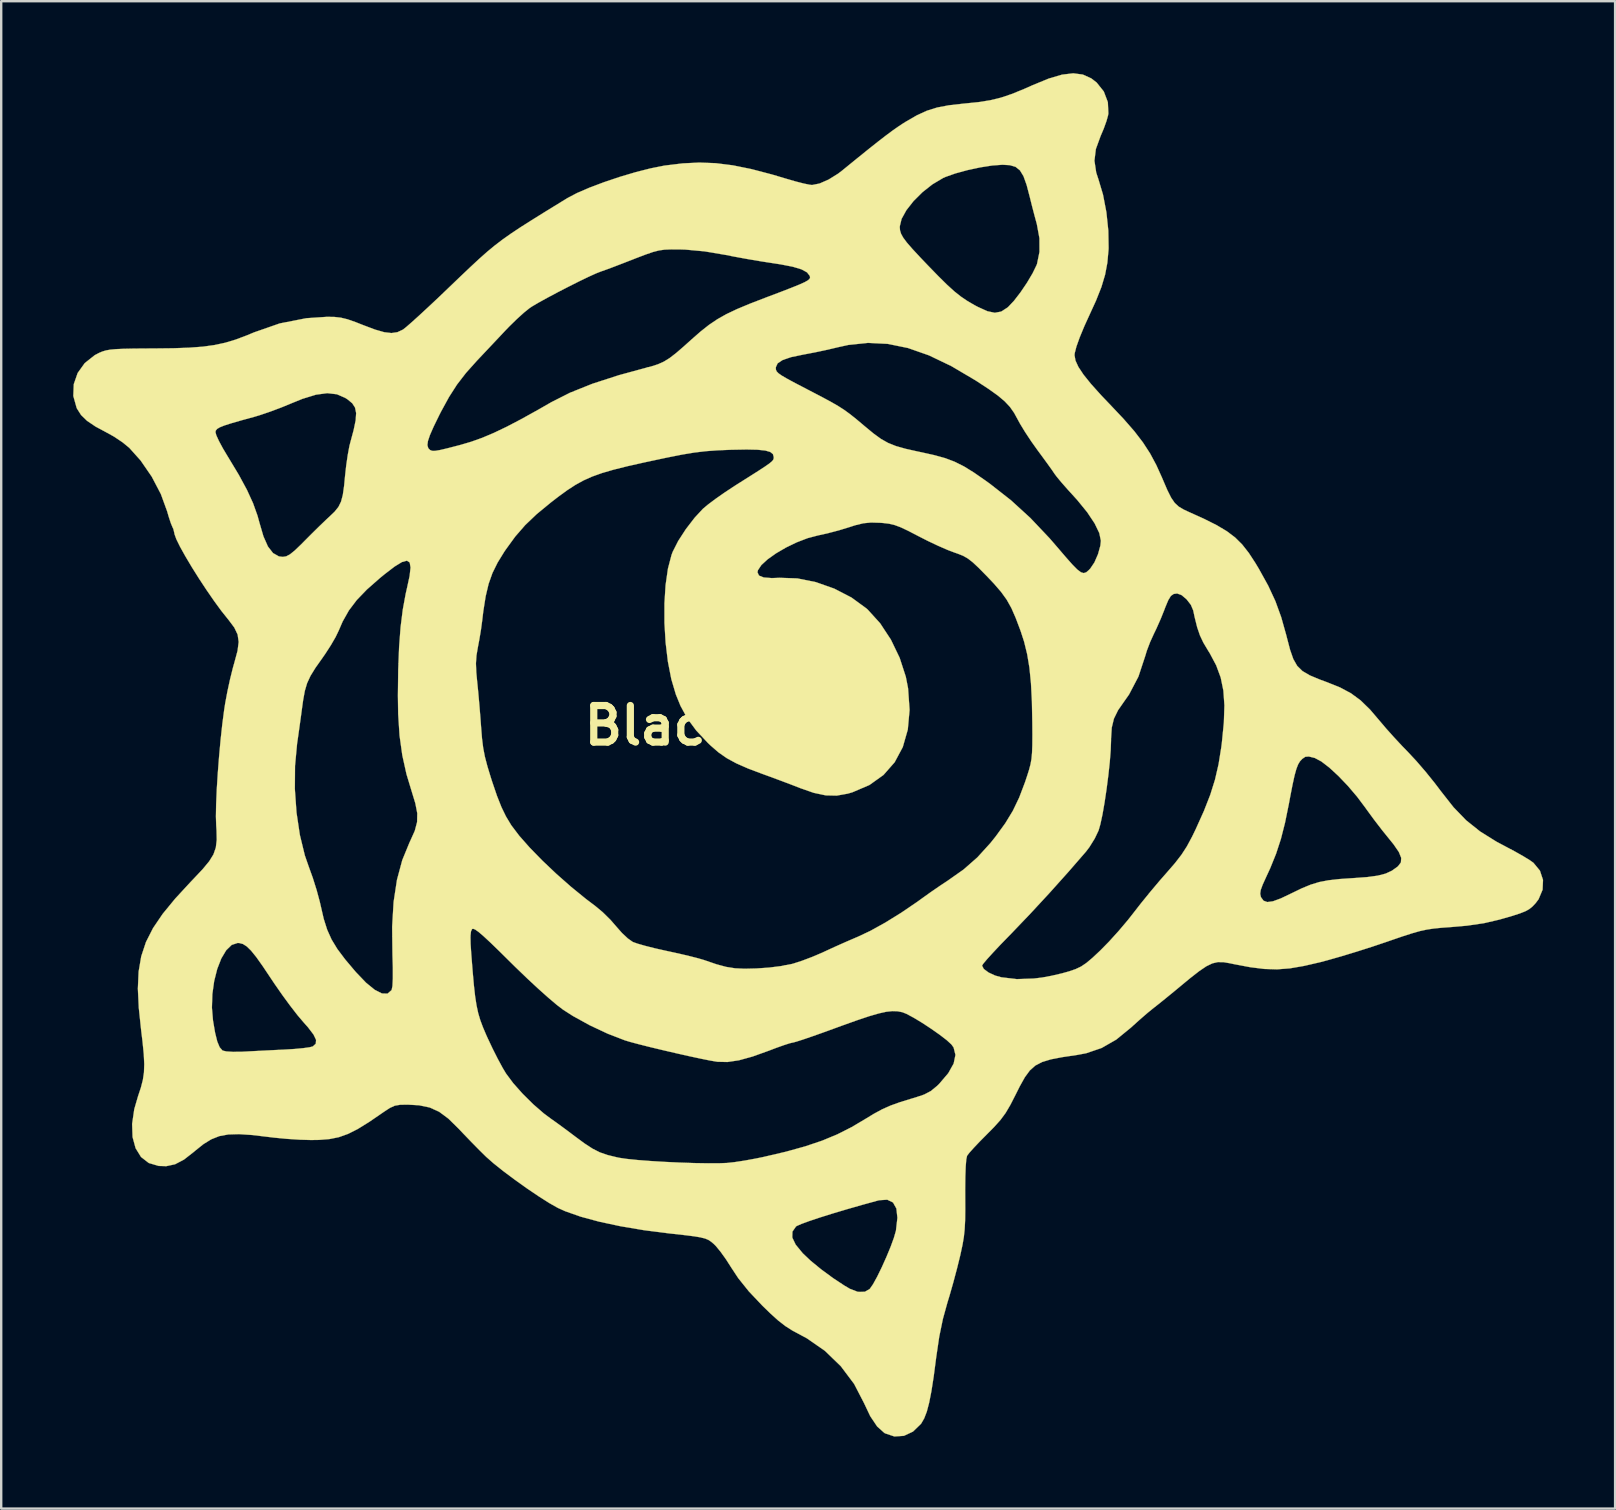
<source format=kicad_pcb>
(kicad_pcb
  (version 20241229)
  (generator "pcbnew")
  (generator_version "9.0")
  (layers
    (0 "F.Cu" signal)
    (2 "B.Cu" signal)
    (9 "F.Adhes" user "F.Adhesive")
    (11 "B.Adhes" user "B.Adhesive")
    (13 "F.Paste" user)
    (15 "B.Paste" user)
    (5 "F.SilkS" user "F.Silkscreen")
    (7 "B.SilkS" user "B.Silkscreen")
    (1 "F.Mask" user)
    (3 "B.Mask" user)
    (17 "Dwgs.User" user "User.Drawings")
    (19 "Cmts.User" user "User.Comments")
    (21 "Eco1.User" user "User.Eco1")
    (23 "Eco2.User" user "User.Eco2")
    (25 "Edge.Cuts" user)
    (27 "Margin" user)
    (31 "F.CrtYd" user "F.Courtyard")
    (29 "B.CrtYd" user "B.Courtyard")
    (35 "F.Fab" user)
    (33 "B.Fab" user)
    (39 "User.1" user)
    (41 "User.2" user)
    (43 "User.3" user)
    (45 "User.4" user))
  (footprint "Black_Rose"
    (layer "F.Cu")
    (at 27.751 27.182)
    (property "Reference" "Black_Rose" (at 0 0 0) (layer "F.SilkS") (effects (font (size 1.524 1.524) (thickness 0.3))))
    (attr through_hole)
    (fp_poly (pts (xy 14.318 -27.125) (xy 14.668 -26.967) (xy 14.895 -26.792) (xy 15.193 -26.418) (xy 15.361 -25.974) (xy 15.382 -25.506) (xy 15.37 -25.428) (xy 15.303 -25.186) (xy 15.187 -24.865) (xy 15.056 -24.557) (xy 14.861 -24.023) (xy 14.802 -23.535) (xy 14.876 -23.04) (xy 14.969 -22.757) (xy 15.159 -22.122) (xy 15.3 -21.388) (xy 15.38 -20.624) (xy 15.392 -19.896) (xy 15.388 -19.819) (xy 15.34 -19.285) (xy 15.246 -18.786) (xy 15.093 -18.275) (xy 14.868 -17.707) (xy 14.63 -17.187) (xy 14.386 -16.653) (xy 14.19 -16.18) (xy 14.051 -15.792) (xy 13.98 -15.516) (xy 13.972 -15.433) (xy 14.012 -15.208) (xy 14.133 -14.943) (xy 14.346 -14.622) (xy 14.66 -14.232) (xy 15.087 -13.757) (xy 15.47 -13.356) (xy 16.021 -12.772) (xy 16.465 -12.263) (xy 16.823 -11.796) (xy 17.121 -11.337) (xy 17.38 -10.854) (xy 17.624 -10.314) (xy 17.652 -10.247) (xy 17.841 -9.807) (xy 17.998 -9.494) (xy 18.148 -9.276) (xy 18.316 -9.121) (xy 18.528 -8.996) (xy 18.697 -8.917) (xy 19.36 -8.618) (xy 19.891 -8.352) (xy 20.316 -8.099) (xy 20.663 -7.837) (xy 20.96 -7.542) (xy 21.233 -7.194) (xy 21.509 -6.771) (xy 21.653 -6.531) (xy 22.041 -5.83) (xy 22.342 -5.182) (xy 22.584 -4.516) (xy 22.796 -3.762) (xy 22.819 -3.67) (xy 22.955 -3.152) (xy 23.089 -2.768) (xy 23.251 -2.485) (xy 23.47 -2.27) (xy 23.775 -2.091) (xy 24.196 -1.915) (xy 24.485 -1.809) (xy 25.037 -1.587) (xy 25.493 -1.343) (xy 25.895 -1.046) (xy 26.288 -0.663) (xy 26.709 -0.169) (xy 26.96 0.127) (xy 27.284 0.488) (xy 27.632 0.862) (xy 27.864 1.101) (xy 28.211 1.473) (xy 28.6 1.924) (xy 28.977 2.391) (xy 29.236 2.732) (xy 29.762 3.402) (xy 30.292 3.95) (xy 30.874 4.415) (xy 31.554 4.839) (xy 31.934 5.041) (xy 32.316 5.244) (xy 32.667 5.442) (xy 32.943 5.612) (xy 33.093 5.718) (xy 33.365 6.047) (xy 33.493 6.433) (xy 33.475 6.841) (xy 33.309 7.236) (xy 33.186 7.4) (xy 33.057 7.537) (xy 32.924 7.645) (xy 32.756 7.739) (xy 32.522 7.831) (xy 32.191 7.937) (xy 31.73 8.07) (xy 31.665 8.088) (xy 31.034 8.235) (xy 30.323 8.339) (xy 29.694 8.394) (xy 29.282 8.424) (xy 28.948 8.457) (xy 28.654 8.501) (xy 28.362 8.564) (xy 28.035 8.657) (xy 27.634 8.786) (xy 27.121 8.962) (xy 26.966 9.016) (xy 26.374 9.215) (xy 25.734 9.419) (xy 25.102 9.611) (xy 24.534 9.773) (xy 24.208 9.86) (xy 23.528 10.017) (xy 22.946 10.117) (xy 22.412 10.158) (xy 21.878 10.142) (xy 21.294 10.069) (xy 20.61 9.94) (xy 20.445 9.905) (xy 20.177 9.859) (xy 19.944 9.856) (xy 19.716 9.909) (xy 19.467 10.029) (xy 19.168 10.231) (xy 18.791 10.525) (xy 18.479 10.783) (xy 18.122 11.079) (xy 17.772 11.365) (xy 17.471 11.608) (xy 17.271 11.765) (xy 17.028 11.962) (xy 16.72 12.228) (xy 16.402 12.513) (xy 16.319 12.589) (xy 15.71 13.086) (xy 15.101 13.435) (xy 14.458 13.654) (xy 14.076 13.726) (xy 13.461 13.817) (xy 12.985 13.909) (xy 12.621 14.02) (xy 12.338 14.168) (xy 12.108 14.373) (xy 11.903 14.653) (xy 11.694 15.026) (xy 11.515 15.383) (xy 11.295 15.813) (xy 11.099 16.145) (xy 10.886 16.434) (xy 10.617 16.733) (xy 10.324 17.029) (xy 10.029 17.327) (xy 9.775 17.595) (xy 9.587 17.805) (xy 9.495 17.926) (xy 9.462 18.075) (xy 9.438 18.373) (xy 9.422 18.799) (xy 9.416 19.334) (xy 9.417 19.608) (xy 9.419 20.183) (xy 9.413 20.63) (xy 9.394 20.992) (xy 9.36 21.311) (xy 9.306 21.63) (xy 9.229 21.99) (xy 9.205 22.098) (xy 9.078 22.613) (xy 8.922 23.199) (xy 8.761 23.765) (xy 8.675 24.045) (xy 8.487 24.726) (xy 8.335 25.464) (xy 8.21 26.312) (xy 8.202 26.374) (xy 8.103 27.131) (xy 8.008 27.74) (xy 7.914 28.218) (xy 7.817 28.587) (xy 7.71 28.865) (xy 7.591 29.072) (xy 7.571 29.1) (xy 7.241 29.419) (xy 6.863 29.596) (xy 6.466 29.622) (xy 6.078 29.492) (xy 6.045 29.472) (xy 5.748 29.206) (xy 5.461 28.779) (xy 5.203 28.234) (xy 4.788 27.432) (xy 4.234 26.695) (xy 3.568 26.052) (xy 2.817 25.531) (xy 2.576 25.402) (xy 2.224 25.214) (xy 1.921 25.021) (xy 1.624 24.79) (xy 1.292 24.49) (xy 0.967 24.174) (xy 0.403 23.578) (xy -0.039 23.027) (xy -0.325 22.593) (xy -0.547 22.246) (xy -0.775 21.927) (xy -0.976 21.683) (xy -1.056 21.604) (xy -1.17 21.507) (xy -1.282 21.433) (xy -1.416 21.376) (xy -1.583 21.333) (xy 2.211 21.333) (xy 2.352 21.628) (xy 2.642 21.982) (xy 2.646 21.987) (xy 2.983 22.306) (xy 3.42 22.663) (xy 3.905 23.02) (xy 4.387 23.338) (xy 4.611 23.47) (xy 4.942 23.597) (xy 5.233 23.595) (xy 5.441 23.474) (xy 5.577 23.278) (xy 5.75 22.964) (xy 5.941 22.573) (xy 6.133 22.145) (xy 6.308 21.723) (xy 6.445 21.348) (xy 6.528 21.061) (xy 6.533 21.033) (xy 6.592 20.512) (xy 6.55 20.125) (xy 6.409 19.873) (xy 6.169 19.757) (xy 5.831 19.779) (xy 5.783 19.791) (xy 5.117 19.974) (xy 4.475 20.158) (xy 3.88 20.336) (xy 3.354 20.501) (xy 2.917 20.647) (xy 2.592 20.766) (xy 2.401 20.851) (xy 2.367 20.873) (xy 2.218 21.086) (xy 2.211 21.333) (xy -1.583 21.333) (xy -1.602 21.328) (xy -1.865 21.284) (xy -2.234 21.237) (xy -2.736 21.181) (xy -2.921 21.161) (xy -3.969 21.027) (xy -4.947 20.862) (xy -5.835 20.672) (xy -6.611 20.462) (xy -7.252 20.236) (xy -7.561 20.096) (xy -7.913 19.897) (xy -8.354 19.617) (xy -8.847 19.284) (xy -9.351 18.924) (xy -9.828 18.567) (xy -10.239 18.239) (xy -10.541 17.973) (xy -10.826 17.692) (xy -11.171 17.341) (xy -11.521 16.978) (xy -11.693 16.796) (xy -12.115 16.381) (xy -12.501 16.094) (xy -12.895 15.915) (xy -13.341 15.822) (xy -13.811 15.796) (xy -14.125 15.801) (xy -14.35 15.839) (xy -14.557 15.933) (xy -14.819 16.105) (xy -14.853 16.129) (xy -15.418 16.516) (xy -15.888 16.807) (xy -16.297 17.014) (xy -16.68 17.151) (xy -17.071 17.23) (xy -17.504 17.265) (xy -17.841 17.27) (xy -18.303 17.257) (xy -18.844 17.222) (xy -19.376 17.171) (xy -19.6 17.144) (xy -20.286 17.062) (xy -20.838 17.025) (xy -21.286 17.038) (xy -21.663 17.107) (xy -21.998 17.24) (xy -22.324 17.441) (xy -22.67 17.718) (xy -22.722 17.763) (xy -23.137 18.087) (xy -23.506 18.28) (xy -23.871 18.359) (xy -24.188 18.35) (xy -24.602 18.228) (xy -24.925 17.977) (xy -25.151 17.611) (xy -25.277 17.147) (xy -25.296 16.598) (xy -25.206 15.982) (xy -25.049 15.444) (xy -24.93 15.085) (xy -24.848 14.766) (xy -24.802 14.453) (xy -24.79 14.108) (xy -24.81 13.695) (xy -24.861 13.179) (xy -24.919 12.7) (xy -25.017 11.769) (xy -25.018 11.756) (xy -21.971 11.756) (xy -21.927 12.281) (xy -21.839 12.798) (xy -21.748 13.166) (xy -21.648 13.405) (xy -21.533 13.536) (xy -21.52 13.544) (xy -21.372 13.579) (xy -21.104 13.596) (xy -20.765 13.594) (xy -20.659 13.589) (xy -20.264 13.568) (xy -19.772 13.543) (xy -19.257 13.517) (xy -18.931 13.502) (xy -18.521 13.476) (xy -18.163 13.442) (xy -17.897 13.405) (xy -17.766 13.37) (xy -17.643 13.257) (xy -17.631 13.098) (xy -17.737 12.876) (xy -17.966 12.575) (xy -18.161 12.355) (xy -18.403 12.07) (xy -18.703 11.683) (xy -19.031 11.236) (xy -19.355 10.771) (xy -19.505 10.547) (xy -19.847 10.035) (xy -20.119 9.651) (xy -20.338 9.38) (xy -20.519 9.203) (xy -20.679 9.102) (xy -20.833 9.062) (xy -20.898 9.059) (xy -21.146 9.14) (xy -21.376 9.364) (xy -21.58 9.706) (xy -21.75 10.142) (xy -21.877 10.646) (xy -21.953 11.192) (xy -21.971 11.756) (xy -25.018 11.756) (xy -25.056 10.963) (xy -25.025 10.255) (xy -24.916 9.616) (xy -24.719 9.021) (xy -24.424 8.44) (xy -24.022 7.847) (xy -23.503 7.215) (xy -22.858 6.516) (xy -22.735 6.387) (xy -22.355 5.984) (xy -22.085 5.658) (xy -21.908 5.372) (xy -21.808 5.087) (xy -21.77 4.767) (xy -21.778 4.375) (xy -21.792 4.166) (xy -21.804 3.79) (xy -21.795 3.281) (xy -21.769 2.673) (xy -21.768 2.65) (xy -18.515 2.65) (xy -18.446 3.627) (xy -18.306 4.562) (xy -18.099 5.412) (xy -17.935 5.884) (xy -17.768 6.346) (xy -17.607 6.858) (xy -17.478 7.337) (xy -17.438 7.51) (xy -17.313 8.052) (xy -17.169 8.506) (xy -16.986 8.914) (xy -16.743 9.314) (xy -16.418 9.746) (xy -15.991 10.252) (xy -15.966 10.28) (xy -15.548 10.717) (xy -15.186 11.012) (xy -14.885 11.164) (xy -14.652 11.17) (xy -14.489 11.027) (xy -14.482 11.014) (xy -14.448 10.854) (xy -14.432 10.538) (xy -14.432 10.082) (xy -14.448 9.554) (xy -14.457 8.784) (xy -11.198 8.784) (xy -11.192 9.102) (xy -11.164 9.525) (xy -11.107 10.242) (xy -11.056 10.818) (xy -11.004 11.281) (xy -10.945 11.66) (xy -10.876 11.981) (xy -10.789 12.275) (xy -10.68 12.567) (xy -10.544 12.887) (xy -10.481 13.026) (xy -10.277 13.459) (xy -10.059 13.891) (xy -9.854 14.269) (xy -9.715 14.501) (xy -9.417 14.901) (xy -9.023 15.344) (xy -8.581 15.782) (xy -8.139 16.165) (xy -7.874 16.363) (xy -7.628 16.537) (xy -7.305 16.773) (xy -6.965 17.027) (xy -6.858 17.108) (xy -6.443 17.414) (xy -6.108 17.632) (xy -5.805 17.785) (xy -5.485 17.896) (xy -5.102 17.989) (xy -5.011 18.009) (xy -4.698 18.056) (xy -4.253 18.102) (xy -3.711 18.144) (xy -3.108 18.181) (xy -2.48 18.21) (xy -1.865 18.231) (xy -1.297 18.24) (xy -0.814 18.238) (xy -0.508 18.226) (xy -0.19 18.191) (xy 0.229 18.127) (xy 0.688 18.043) (xy 0.996 17.98) (xy 1.941 17.759) (xy 2.749 17.535) (xy 3.454 17.298) (xy 4.089 17.034) (xy 4.685 16.732) (xy 5.207 16.423) (xy 5.609 16.179) (xy 5.956 15.991) (xy 6.301 15.837) (xy 6.695 15.695) (xy 7.189 15.543) (xy 7.336 15.5) (xy 7.708 15.375) (xy 7.984 15.23) (xy 8.238 15.022) (xy 8.339 14.923) (xy 8.711 14.486) (xy 8.936 14.084) (xy 9.011 13.723) (xy 8.934 13.414) (xy 8.844 13.289) (xy 8.649 13.11) (xy 8.355 12.884) (xy 8.001 12.635) (xy 7.628 12.39) (xy 7.274 12.176) (xy 6.979 12.017) (xy 6.803 11.946) (xy 6.603 11.906) (xy 6.386 11.898) (xy 6.131 11.925) (xy 5.816 11.995) (xy 5.418 12.11) (xy 4.916 12.278) (xy 4.288 12.502) (xy 3.991 12.611) (xy 3.493 12.792) (xy 3.044 12.951) (xy 2.67 13.079) (xy 2.396 13.167) (xy 2.25 13.207) (xy 2.238 13.208) (xy 2.107 13.238) (xy 1.859 13.318) (xy 1.53 13.435) (xy 1.242 13.545) (xy 0.557 13.791) (xy -0.012 13.948) (xy -0.491 14.019) (xy -0.903 14.01) (xy -0.931 14.006) (xy -1.209 13.959) (xy -1.611 13.878) (xy -2.1 13.773) (xy -2.64 13.651) (xy -3.193 13.522) (xy -3.722 13.395) (xy -4.189 13.277) (xy -4.559 13.178) (xy -4.764 13.116) (xy -5.481 12.839) (xy -6.228 12.488) (xy -6.93 12.101) (xy -7.34 11.838) (xy -7.599 11.64) (xy -7.951 11.342) (xy -8.371 10.967) (xy -8.833 10.538) (xy -9.313 10.076) (xy -9.513 9.879) (xy -9.994 9.403) (xy -10.371 9.038) (xy -10.657 8.773) (xy -10.863 8.597) (xy -11.004 8.498) (xy -11.091 8.466) (xy -11.133 8.482) (xy -11.178 8.585) (xy -11.198 8.784) (xy -14.457 8.784) (xy -14.461 8.383) (xy -14.4 7.348) (xy -14.26 6.428) (xy -14.039 5.606) (xy -13.734 4.864) (xy -13.705 4.804) (xy -13.517 4.384) (xy -13.421 4.019) (xy -13.414 3.655) (xy -13.495 3.239) (xy -13.618 2.836) (xy -13.863 2.028) (xy -14.038 1.238) (xy -14.152 0.419) (xy -14.21 -0.478) (xy -14.221 -1.253) (xy -14.208 -2.337) (xy -14.198 -2.59) (xy -10.97 -2.59) (xy -10.955 -2.213) (xy -10.92 -1.845) (xy -10.876 -1.41) (xy -10.829 -0.881) (xy -10.784 -0.331) (xy -10.755 0.064) (xy -10.717 0.537) (xy -10.668 0.93) (xy -10.597 1.299) (xy -10.492 1.699) (xy -10.343 2.187) (xy -10.292 2.345) (xy -10.091 2.935) (xy -9.906 3.401) (xy -9.719 3.786) (xy -9.511 4.132) (xy -9.489 4.166) (xy -9.165 4.593) (xy -8.728 5.088) (xy -8.204 5.625) (xy -7.621 6.178) (xy -7.005 6.721) (xy -6.384 7.227) (xy -5.999 7.518) (xy -5.689 7.776) (xy -5.362 8.098) (xy -5.123 8.373) (xy -4.885 8.643) (xy -4.638 8.874) (xy -4.434 9.017) (xy -4.428 9.02) (xy -4.234 9.089) (xy -3.916 9.18) (xy -3.513 9.282) (xy -3.068 9.382) (xy -2.975 9.402) (xy -2.516 9.502) (xy -2.082 9.604) (xy -1.718 9.697) (xy -1.467 9.77) (xy -1.439 9.78) (xy -0.947 9.948) (xy -0.546 10.056) (xy -0.175 10.115) (xy 0.228 10.134) (xy 0.72 10.122) (xy 1.242 10.086) (xy 1.75 10.022) (xy 1.841 10.004) (xy 10.118 10.004) (xy 10.193 10.144) (xy 10.391 10.291) (xy 10.666 10.418) (xy 10.922 10.49) (xy 11.569 10.566) (xy 12.272 10.542) (xy 12.618 10.5) (xy 13.008 10.428) (xy 13.447 10.326) (xy 13.748 10.242) (xy 14.018 10.149) (xy 14.244 10.042) (xy 14.465 9.893) (xy 14.723 9.676) (xy 15.048 9.371) (xy 15.412 9) (xy 15.814 8.556) (xy 16.196 8.104) (xy 16.41 7.832) (xy 16.737 7.412) (xy 17.064 7.01) (xy 21.708 7.01) (xy 21.736 7.136) (xy 21.746 7.159) (xy 21.849 7.299) (xy 22.005 7.355) (xy 22.238 7.324) (xy 22.568 7.203) (xy 23.01 6.992) (xy 23.442 6.783) (xy 23.812 6.63) (xy 24.166 6.522) (xy 24.551 6.448) (xy 25.013 6.396) (xy 25.597 6.356) (xy 25.607 6.356) (xy 26.173 6.314) (xy 26.603 6.255) (xy 26.932 6.171) (xy 27.193 6.051) (xy 27.421 5.888) (xy 27.453 5.861) (xy 27.572 5.704) (xy 27.585 5.514) (xy 27.487 5.271) (xy 27.269 4.953) (xy 27.084 4.724) (xy 26.782 4.35) (xy 26.45 3.917) (xy 26.149 3.506) (xy 26.095 3.429) (xy 25.745 2.963) (xy 25.361 2.512) (xy 24.968 2.101) (xy 24.592 1.754) (xy 24.258 1.497) (xy 23.99 1.354) (xy 23.97 1.347) (xy 23.736 1.29) (xy 23.59 1.301) (xy 23.463 1.388) (xy 23.456 1.394) (xy 23.365 1.492) (xy 23.288 1.621) (xy 23.216 1.807) (xy 23.142 2.073) (xy 23.06 2.445) (xy 22.962 2.946) (xy 22.904 3.26) (xy 22.743 4.051) (xy 22.571 4.727) (xy 22.371 5.339) (xy 22.128 5.94) (xy 21.966 6.291) (xy 21.813 6.627) (xy 21.73 6.853) (xy 21.708 7.01) (xy 17.064 7.01) (xy 17.126 6.934) (xy 17.522 6.463) (xy 17.806 6.139) (xy 18.161 5.729) (xy 18.431 5.38) (xy 18.654 5.035) (xy 18.868 4.637) (xy 19.02 4.324) (xy 19.364 3.56) (xy 19.628 2.886) (xy 19.826 2.254) (xy 19.974 1.613) (xy 20.086 0.914) (xy 20.111 0.72) (xy 20.195 -0.125) (xy 20.218 -0.839) (xy 20.175 -1.455) (xy 20.063 -2.002) (xy 19.875 -2.51) (xy 19.609 -3.01) (xy 19.532 -3.134) (xy 19.341 -3.454) (xy 19.198 -3.757) (xy 19.083 -4.094) (xy 18.977 -4.519) (xy 18.918 -4.798) (xy 18.819 -5.031) (xy 18.642 -5.259) (xy 18.436 -5.434) (xy 18.249 -5.503) (xy 18.249 -5.503) (xy 18.102 -5.483) (xy 17.987 -5.401) (xy 17.88 -5.228) (xy 17.756 -4.933) (xy 17.708 -4.805) (xy 17.564 -4.446) (xy 17.388 -4.049) (xy 17.277 -3.819) (xy 17.122 -3.479) (xy 16.987 -3.124) (xy 16.922 -2.909) (xy 16.635 -2.04) (xy 16.244 -1.294) (xy 16.066 -1.041) (xy 15.787 -0.641) (xy 15.613 -0.286) (xy 15.523 0.088) (xy 15.494 0.547) (xy 15.494 0.626) (xy 15.479 1.029) (xy 15.44 1.526) (xy 15.38 2.081) (xy 15.306 2.656) (xy 15.223 3.211) (xy 15.136 3.71) (xy 15.049 4.113) (xy 14.974 4.373) (xy 14.814 4.708) (xy 14.594 5.063) (xy 14.448 5.255) (xy 13.721 6.092) (xy 12.927 6.978) (xy 12.117 7.853) (xy 11.346 8.659) (xy 11.222 8.786) (xy 10.873 9.145) (xy 10.57 9.468) (xy 10.33 9.732) (xy 10.173 9.918) (xy 10.118 10.004) (xy 1.841 10.004) (xy 2.172 9.94) (xy 2.244 9.922) (xy 2.607 9.805) (xy 3.039 9.642) (xy 3.462 9.462) (xy 3.556 9.418) (xy 3.979 9.223) (xy 4.444 9.016) (xy 4.863 8.835) (xy 4.931 8.807) (xy 5.466 8.555) (xy 6.085 8.212) (xy 6.749 7.801) (xy 7.417 7.347) (xy 7.619 7.201) (xy 7.971 6.949) (xy 8.356 6.684) (xy 8.678 6.471) (xy 9.35 5.998) (xy 9.926 5.492) (xy 10.467 4.897) (xy 10.686 4.623) (xy 11.085 4.074) (xy 11.402 3.553) (xy 11.666 3.003) (xy 11.909 2.363) (xy 11.991 2.117) (xy 12.076 1.85) (xy 12.137 1.621) (xy 12.178 1.395) (xy 12.202 1.137) (xy 12.214 0.812) (xy 12.217 0.385) (xy 12.213 -0.127) (xy 12.196 -1.017) (xy 12.157 -1.768) (xy 12.093 -2.411) (xy 11.999 -2.975) (xy 11.873 -3.49) (xy 11.725 -3.945) (xy 11.524 -4.478) (xy 11.342 -4.895) (xy 11.148 -5.242) (xy 10.914 -5.567) (xy 10.612 -5.916) (xy 10.313 -6.231) (xy 9.985 -6.565) (xy 9.735 -6.799) (xy 9.53 -6.959) (xy 9.333 -7.072) (xy 9.11 -7.161) (xy 8.987 -7.203) (xy 8.685 -7.317) (xy 8.289 -7.49) (xy 7.851 -7.697) (xy 7.457 -7.898) (xy 7.039 -8.115) (xy 6.725 -8.263) (xy 6.473 -8.356) (xy 6.241 -8.411) (xy 5.985 -8.441) (xy 5.868 -8.449) (xy 5.491 -8.46) (xy 5.174 -8.429) (xy 4.833 -8.346) (xy 4.591 -8.268) (xy 4.162 -8.137) (xy 3.681 -8.01) (xy 3.276 -7.921) (xy 2.848 -7.808) (xy 2.396 -7.634) (xy 1.949 -7.418) (xy 1.535 -7.176) (xy 1.183 -6.926) (xy 0.922 -6.686) (xy 0.78 -6.472) (xy 0.762 -6.385) (xy 0.825 -6.25) (xy 1.02 -6.17) (xy 1.358 -6.144) (xy 1.688 -6.156) (xy 2.422 -6.131) (xy 3.196 -5.975) (xy 3.963 -5.704) (xy 4.679 -5.334) (xy 5.299 -4.881) (xy 5.357 -4.829) (xy 5.871 -4.263) (xy 6.322 -3.578) (xy 6.687 -2.819) (xy 6.943 -2.031) (xy 7.036 -1.555) (xy 7.099 -0.652) (xy 7.025 0.167) (xy 6.816 0.897) (xy 6.477 1.53) (xy 6.012 2.059) (xy 5.425 2.478) (xy 4.719 2.78) (xy 4.523 2.837) (xy 4.064 2.919) (xy 3.606 2.909) (xy 3.104 2.803) (xy 2.54 2.606) (xy 2.184 2.467) (xy 1.736 2.298) (xy 1.264 2.123) (xy 0.98 2.02) (xy 0.367 1.789) (xy -0.118 1.576) (xy -0.514 1.361) (xy -0.859 1.121) (xy -1.189 0.835) (xy -1.31 0.719) (xy -1.791 0.205) (xy -2.157 -0.29) (xy -2.446 -0.821) (xy -2.64 -1.297) (xy -2.828 -1.932) (xy -2.971 -2.664) (xy -3.066 -3.458) (xy -3.115 -4.278) (xy -3.115 -5.089) (xy -3.067 -5.854) (xy -2.969 -6.539) (xy -2.82 -7.108) (xy -2.771 -7.239) (xy -2.543 -7.689) (xy -2.223 -8.183) (xy -1.856 -8.66) (xy -1.511 -9.032) (xy -1.302 -9.207) (xy -0.988 -9.443) (xy -0.605 -9.711) (xy -0.193 -9.983) (xy -0.085 -10.052) (xy 0.419 -10.37) (xy 0.797 -10.61) (xy 1.068 -10.787) (xy 1.25 -10.914) (xy 1.359 -11.004) (xy 1.416 -11.07) (xy 1.436 -11.126) (xy 1.439 -11.184) (xy 1.439 -11.188) (xy 1.406 -11.31) (xy 1.294 -11.4) (xy 1.085 -11.46) (xy 0.762 -11.493) (xy 0.307 -11.503) (xy -0.298 -11.492) (xy -0.339 -11.491) (xy -0.905 -11.468) (xy -1.395 -11.432) (xy -1.865 -11.376) (xy -2.373 -11.292) (xy -2.974 -11.173) (xy -3.133 -11.14) (xy -3.97 -10.961) (xy -4.664 -10.805) (xy -5.239 -10.661) (xy -5.719 -10.521) (xy -6.127 -10.375) (xy -6.487 -10.214) (xy -6.823 -10.029) (xy -7.159 -9.811) (xy -7.518 -9.55) (xy -7.851 -9.293) (xy -8.438 -8.81) (xy -8.917 -8.353) (xy -9.333 -7.875) (xy -9.73 -7.329) (xy -9.791 -7.239) (xy -10.068 -6.789) (xy -10.281 -6.358) (xy -10.442 -5.904) (xy -10.565 -5.385) (xy -10.663 -4.762) (xy -10.711 -4.36) (xy -10.76 -3.995) (xy -10.831 -3.571) (xy -10.889 -3.264) (xy -10.948 -2.918) (xy -10.97 -2.59) (xy -14.198 -2.59) (xy -14.171 -3.278) (xy -14.109 -4.101) (xy -14.018 -4.829) (xy -13.897 -5.488) (xy -13.839 -5.744) (xy -13.733 -6.234) (xy -13.694 -6.583) (xy -13.729 -6.794) (xy -13.846 -6.87) (xy -14.053 -6.813) (xy -14.357 -6.627) (xy -14.767 -6.313) (xy -14.968 -6.149) (xy -15.513 -5.669) (xy -15.936 -5.23) (xy -16.263 -4.798) (xy -16.523 -4.337) (xy -16.686 -3.961) (xy -16.816 -3.691) (xy -17.016 -3.346) (xy -17.252 -2.981) (xy -17.366 -2.817) (xy -17.66 -2.401) (xy -17.866 -2.066) (xy -18.006 -1.763) (xy -18.1 -1.444) (xy -18.17 -1.058) (xy -18.2 -0.844) (xy -18.256 -0.427) (xy -18.325 0.072) (xy -18.395 0.57) (xy -18.422 0.753) (xy -18.508 1.678) (xy -18.515 2.65) (xy -21.768 2.65) (xy -21.727 1.999) (xy -21.673 1.296) (xy -21.609 0.596) (xy -21.537 -0.065) (xy -21.46 -0.654) (xy -21.417 -0.931) (xy -21.326 -1.417) (xy -21.214 -1.933) (xy -21.097 -2.404) (xy -21.031 -2.638) (xy -20.903 -3.114) (xy -20.856 -3.483) (xy -20.899 -3.791) (xy -21.037 -4.082) (xy -21.276 -4.402) (xy -21.296 -4.426) (xy -21.571 -4.77) (xy -21.875 -5.185) (xy -22.193 -5.646) (xy -22.511 -6.128) (xy -22.811 -6.606) (xy -23.078 -7.055) (xy -23.298 -7.45) (xy -23.454 -7.767) (xy -23.531 -7.98) (xy -23.537 -8.023) (xy -23.576 -8.185) (xy -23.618 -8.277) (xy -23.684 -8.436) (xy -23.769 -8.695) (xy -23.837 -8.929) (xy -24.098 -9.645) (xy -24.478 -10.371) (xy -24.942 -11.045) (xy -25.413 -11.571) (xy -25.691 -11.799) (xy -26.041 -12.034) (xy -26.331 -12.197) (xy -26.402 -12.234) (xy -21.825 -12.234) (xy -21.79 -12.1) (xy -21.68 -11.858) (xy -21.51 -11.543) (xy -21.298 -11.188) (xy -21.29 -11.176) (xy -20.852 -10.449) (xy -20.512 -9.821) (xy -20.256 -9.262) (xy -20.071 -8.744) (xy -19.994 -8.463) (xy -19.824 -7.883) (xy -19.637 -7.46) (xy -19.424 -7.186) (xy -19.18 -7.048) (xy -19.018 -7.027) (xy -18.877 -7.05) (xy -18.72 -7.132) (xy -18.519 -7.294) (xy -18.246 -7.556) (xy -18.12 -7.684) (xy -17.803 -8.002) (xy -17.48 -8.32) (xy -17.198 -8.59) (xy -17.075 -8.704) (xy -16.855 -8.915) (xy -16.699 -9.11) (xy -16.591 -9.329) (xy -16.517 -9.607) (xy -16.463 -9.985) (xy -16.422 -10.411) (xy -16.374 -10.844) (xy -16.312 -11.27) (xy -16.246 -11.626) (xy -16.233 -11.679) (xy -12.993 -11.679) (xy -12.957 -11.563) (xy -12.942 -11.542) (xy -12.879 -11.48) (xy -12.797 -11.447) (xy -12.668 -11.446) (xy -12.465 -11.48) (xy -12.159 -11.552) (xy -11.723 -11.665) (xy -11.616 -11.693) (xy -11.165 -11.826) (xy -10.709 -11.989) (xy -10.226 -12.193) (xy -9.69 -12.449) (xy -9.077 -12.77) (xy -8.364 -13.166) (xy -7.824 -13.476) (xy -7.049 -13.868) (xy -6.115 -14.242) (xy -5.019 -14.597) (xy -4.022 -14.869) (xy -3.867 -14.91) (xy 1.524 -14.91) (xy 1.53 -14.829) (xy 1.562 -14.755) (xy 1.639 -14.676) (xy 1.782 -14.576) (xy 2.012 -14.443) (xy 2.347 -14.263) (xy 2.809 -14.022) (xy 2.921 -13.964) (xy 3.426 -13.701) (xy 3.814 -13.492) (xy 4.12 -13.316) (xy 4.377 -13.151) (xy 4.62 -12.974) (xy 4.883 -12.764) (xy 5.199 -12.498) (xy 5.235 -12.468) (xy 5.599 -12.167) (xy 5.908 -11.943) (xy 6.204 -11.776) (xy 6.531 -11.645) (xy 6.93 -11.532) (xy 7.444 -11.417) (xy 7.576 -11.39) (xy 8.128 -11.267) (xy 8.581 -11.142) (xy 8.978 -10.992) (xy 9.362 -10.8) (xy 9.775 -10.545) (xy 10.261 -10.208) (xy 10.456 -10.067) (xy 11.325 -9.386) (xy 12.134 -8.647) (xy 12.93 -7.806) (xy 13.234 -7.455) (xy 13.603 -7.024) (xy 13.88 -6.711) (xy 14.086 -6.502) (xy 14.238 -6.387) (xy 14.356 -6.352) (xy 14.459 -6.385) (xy 14.564 -6.474) (xy 14.63 -6.543) (xy 14.801 -6.797) (xy 14.951 -7.141) (xy 15.049 -7.495) (xy 15.071 -7.699) (xy 15.004 -8.022) (xy 14.81 -8.424) (xy 14.502 -8.887) (xy 14.091 -9.391) (xy 13.954 -9.543) (xy 13.672 -9.853) (xy 13.421 -10.139) (xy 13.232 -10.367) (xy 13.14 -10.49) (xy 13.033 -10.648) (xy 12.851 -10.902) (xy 12.623 -11.215) (xy 12.433 -11.472) (xy 12.168 -11.844) (xy 11.913 -12.23) (xy 11.704 -12.573) (xy 11.612 -12.742) (xy 11.455 -13.029) (xy 11.282 -13.276) (xy 11.065 -13.508) (xy 10.781 -13.748) (xy 10.402 -14.019) (xy 9.904 -14.346) (xy 9.835 -14.39) (xy 8.837 -14.979) (xy 7.907 -15.425) (xy 7.03 -15.732) (xy 6.188 -15.904) (xy 5.366 -15.945) (xy 4.546 -15.859) (xy 4.106 -15.762) (xy 3.68 -15.661) (xy 3.186 -15.556) (xy 2.724 -15.467) (xy 2.677 -15.459) (xy 2.164 -15.352) (xy 1.809 -15.231) (xy 1.6 -15.091) (xy 1.525 -14.927) (xy 1.524 -14.91) (xy -3.867 -14.91) (xy -3.666 -14.963) (xy -3.384 -15.054) (xy -3.141 -15.163) (xy -2.903 -15.31) (xy -2.636 -15.515) (xy -2.307 -15.799) (xy -1.976 -16.097) (xy -1.602 -16.424) (xy -1.259 -16.695) (xy -0.914 -16.928) (xy -0.537 -17.141) (xy -0.095 -17.351) (xy 0.443 -17.576) (xy 1.109 -17.833) (xy 1.151 -17.849) (xy 1.741 -18.072) (xy 2.189 -18.246) (xy 2.515 -18.378) (xy 2.736 -18.478) (xy 2.871 -18.556) (xy 2.938 -18.62) (xy 2.954 -18.678) (xy 2.938 -18.739) (xy 2.825 -18.884) (xy 2.595 -19.009) (xy 2.233 -19.118) (xy 1.725 -19.217) (xy 1.432 -19.262) (xy 0.934 -19.339) (xy 0.353 -19.437) (xy -0.227 -19.543) (xy -0.593 -19.615) (xy -1.447 -19.759) (xy -2.24 -19.832) (xy -2.498 -19.84) (xy -2.841 -19.841) (xy -3.109 -19.83) (xy -3.347 -19.796) (xy -3.597 -19.731) (xy -3.904 -19.625) (xy -4.313 -19.469) (xy -4.445 -19.417) (xy -4.864 -19.254) (xy -5.242 -19.109) (xy -5.543 -18.997) (xy -5.732 -18.93) (xy -5.757 -18.922) (xy -5.959 -18.843) (xy -6.274 -18.7) (xy -6.669 -18.51) (xy -7.108 -18.289) (xy -7.559 -18.057) (xy -7.985 -17.83) (xy -8.355 -17.626) (xy -8.632 -17.463) (xy -8.735 -17.394) (xy -8.967 -17.208) (xy -9.264 -16.939) (xy -9.58 -16.63) (xy -9.751 -16.453) (xy -10.091 -16.091) (xy -10.467 -15.692) (xy -10.815 -15.323) (xy -10.932 -15.199) (xy -11.385 -14.693) (xy -11.758 -14.21) (xy -12.091 -13.691) (xy -12.425 -13.08) (xy -12.496 -12.94) (xy -12.73 -12.461) (xy -12.886 -12.106) (xy -12.971 -11.853) (xy -12.993 -11.679) (xy -16.233 -11.679) (xy -16.211 -11.769) (xy -16.066 -12.309) (xy -15.981 -12.717) (xy -15.961 -13.021) (xy -16.007 -13.249) (xy -16.122 -13.427) (xy -16.31 -13.584) (xy -16.414 -13.652) (xy -16.763 -13.804) (xy -17.163 -13.85) (xy -17.634 -13.787) (xy -18.198 -13.614) (xy -18.627 -13.44) (xy -19.071 -13.257) (xy -19.546 -13.079) (xy -19.979 -12.932) (xy -20.193 -12.868) (xy -20.748 -12.716) (xy -21.16 -12.597) (xy -21.45 -12.504) (xy -21.641 -12.428) (xy -21.753 -12.361) (xy -21.807 -12.295) (xy -21.825 -12.234) (xy -26.402 -12.234) (xy -26.82 -12.458) (xy -27.175 -12.698) (xy -27.422 -12.938) (xy -27.59 -13.201) (xy -27.609 -13.241) (xy -27.746 -13.732) (xy -27.727 -14.224) (xy -27.565 -14.69) (xy -27.27 -15.102) (xy -26.854 -15.432) (xy -26.67 -15.529) (xy -26.533 -15.586) (xy -26.387 -15.63) (xy -26.208 -15.662) (xy -25.969 -15.684) (xy -25.647 -15.698) (xy -25.215 -15.707) (xy -24.649 -15.711) (xy -24.384 -15.712) (xy -23.579 -15.721) (xy -22.911 -15.745) (xy -22.349 -15.787) (xy -21.861 -15.855) (xy -21.416 -15.951) (xy -20.981 -16.082) (xy -20.526 -16.253) (xy -20.219 -16.381) (xy -19.143 -16.756) (xy -18.034 -16.973) (xy -17.18 -17.03) (xy -16.863 -17.025) (xy -16.594 -16.994) (xy -16.319 -16.927) (xy -15.982 -16.809) (xy -15.675 -16.688) (xy -15.174 -16.499) (xy -14.79 -16.389) (xy -14.49 -16.354) (xy -14.243 -16.39) (xy -14.019 -16.494) (xy -14.012 -16.498) (xy -13.884 -16.598) (xy -13.653 -16.799) (xy -13.339 -17.082) (xy -12.962 -17.431) (xy -12.54 -17.827) (xy -12.15 -18.2) (xy -11.64 -18.689) (xy -11.211 -19.096) (xy -10.841 -19.44) (xy -10.509 -19.735) (xy -10.191 -19.998) (xy -9.867 -20.246) (xy -9.514 -20.496) (xy -9.111 -20.764) (xy -9.08 -20.783) (xy 6.689 -20.783) (xy 6.7 -20.638) (xy 6.743 -20.494) (xy 6.833 -20.33) (xy 6.986 -20.125) (xy 7.218 -19.858) (xy 7.542 -19.509) (xy 7.859 -19.177) (xy 8.304 -18.719) (xy 8.663 -18.365) (xy 8.965 -18.09) (xy 9.237 -17.874) (xy 9.506 -17.692) (xy 9.799 -17.521) (xy 9.944 -17.444) (xy 10.34 -17.264) (xy 10.651 -17.199) (xy 10.917 -17.249) (xy 11.175 -17.415) (xy 11.211 -17.446) (xy 11.448 -17.697) (xy 11.72 -18.049) (xy 11.991 -18.45) (xy 12.226 -18.846) (xy 12.39 -19.184) (xy 12.41 -19.236) (xy 12.512 -19.734) (xy 12.51 -20.306) (xy 12.402 -20.895) (xy 12.397 -20.913) (xy 12.308 -21.241) (xy 12.203 -21.643) (xy 12.111 -22.013) (xy 11.977 -22.524) (xy 11.846 -22.89) (xy 11.698 -23.134) (xy 11.515 -23.28) (xy 11.276 -23.35) (xy 10.967 -23.367) (xy 10.548 -23.337) (xy 10.043 -23.258) (xy 9.509 -23.143) (xy 9.007 -23.006) (xy 8.595 -22.86) (xy 8.493 -22.814) (xy 8.055 -22.554) (xy 7.637 -22.225) (xy 7.265 -21.855) (xy 6.966 -21.474) (xy 6.766 -21.111) (xy 6.689 -20.795) (xy 6.689 -20.783) (xy -9.08 -20.783) (xy -8.635 -21.066) (xy -8.066 -21.42) (xy -7.381 -21.841) (xy -7.154 -21.98) (xy -6.759 -22.188) (xy -6.238 -22.413) (xy -5.63 -22.642) (xy -4.976 -22.862) (xy -4.316 -23.058) (xy -3.69 -23.217) (xy -3.139 -23.327) (xy -3.09 -23.335) (xy -2.354 -23.424) (xy -1.661 -23.458) (xy -0.976 -23.432) (xy -0.266 -23.343) (xy 0.505 -23.187) (xy 1.37 -22.96) (xy 1.979 -22.779) (xy 2.355 -22.67) (xy 2.691 -22.584) (xy 2.943 -22.533) (xy 3.037 -22.523) (xy 3.348 -22.585) (xy 3.725 -22.75) (xy 4.119 -22.995) (xy 4.288 -23.124) (xy 4.892 -23.616) (xy 5.384 -24.013) (xy 5.784 -24.331) (xy 6.111 -24.583) (xy 6.382 -24.785) (xy 6.617 -24.95) (xy 6.835 -25.094) (xy 6.949 -25.165) (xy 7.405 -25.428) (xy 7.82 -25.618) (xy 8.248 -25.752) (xy 8.738 -25.845) (xy 9.342 -25.913) (xy 9.394 -25.918) (xy 9.972 -25.977) (xy 10.457 -26.054) (xy 10.902 -26.162) (xy 11.359 -26.316) (xy 11.881 -26.529) (xy 12.23 -26.684) (xy 12.895 -26.957) (xy 13.452 -27.121) (xy 13.92 -27.177) (xy 14.318 -27.125)) (stroke (width 0.01) (type solid)) (fill yes) (layer "F.SilkS")))
  (gr_rect
    (start -3 -3)
    (end 64.248 59.809)
    (stroke (width 0.1) (type default))
    (fill no)
    (layer "Edge.Cuts")))
</source>
